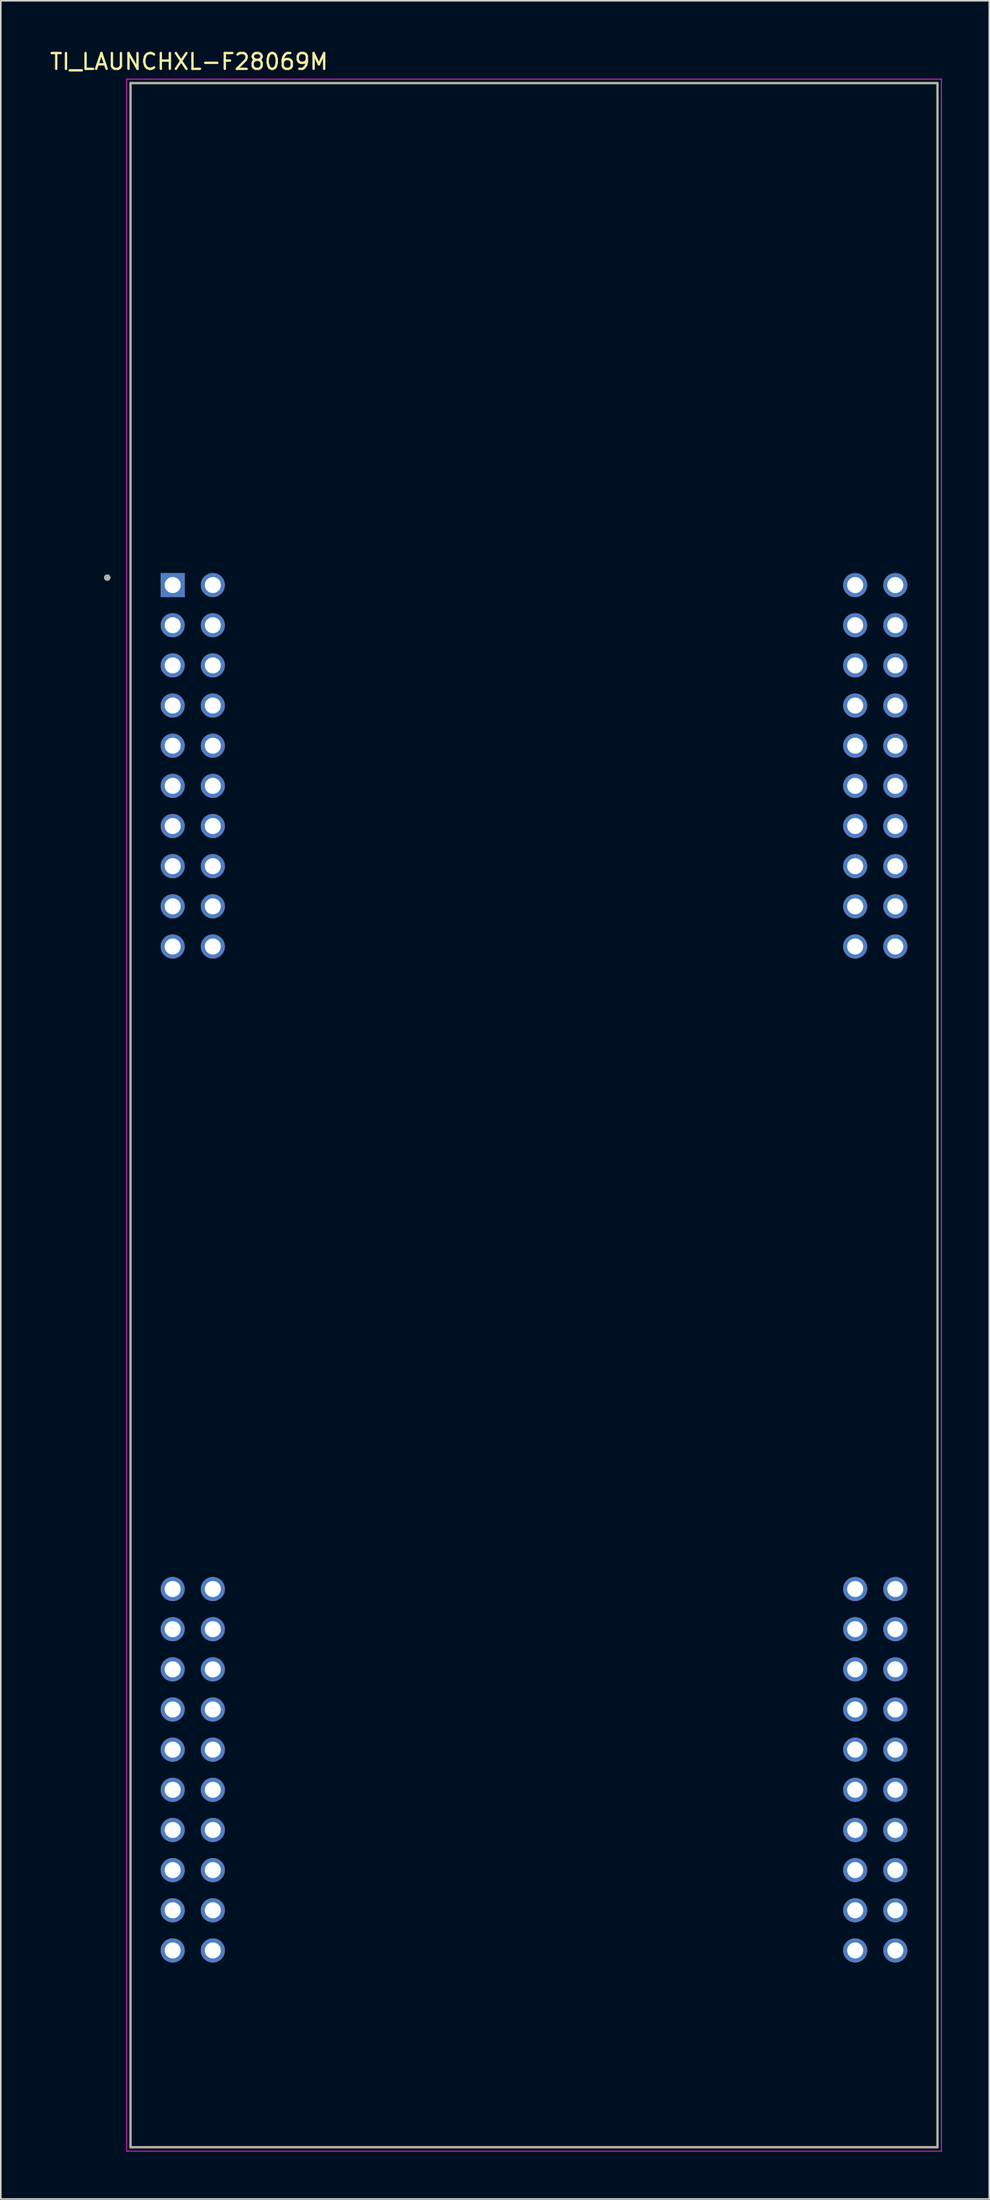
<source format=kicad_pcb>
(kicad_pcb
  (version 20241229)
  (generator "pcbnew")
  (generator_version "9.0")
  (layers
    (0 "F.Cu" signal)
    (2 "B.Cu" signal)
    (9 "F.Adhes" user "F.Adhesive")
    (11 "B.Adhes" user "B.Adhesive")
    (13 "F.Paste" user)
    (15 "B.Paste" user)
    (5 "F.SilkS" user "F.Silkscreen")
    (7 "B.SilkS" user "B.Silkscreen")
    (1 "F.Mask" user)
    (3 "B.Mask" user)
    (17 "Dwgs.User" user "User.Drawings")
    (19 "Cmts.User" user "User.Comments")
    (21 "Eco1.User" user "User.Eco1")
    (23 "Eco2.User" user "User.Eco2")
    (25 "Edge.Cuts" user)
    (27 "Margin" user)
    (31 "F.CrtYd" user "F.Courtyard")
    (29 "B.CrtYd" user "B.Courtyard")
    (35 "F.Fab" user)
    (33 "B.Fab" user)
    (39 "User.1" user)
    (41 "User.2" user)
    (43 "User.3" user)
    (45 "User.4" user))
  (footprint "TI_LAUNCHXL-F28069M"
    (layer "F.Cu")
    (at 30.736 67.484)
    (property "Reference" "TI_LAUNCHXL-F28069M" (at -21.825 -66.635 0) (layer "F.SilkS") (effects (font (size 1 1) (thickness 0.15))))
    (attr through_hole)
    (fp_line (start -25.527 -65.278) (end 25.527 -65.278) (stroke (width 0.127) (type solid)) (layer "F.SilkS"))
    (fp_line (start -25.527 65.278) (end -25.527 -65.278) (stroke (width 0.127) (type solid)) (layer "F.SilkS"))
    (fp_line (start 25.527 -65.278) (end 25.527 65.278) (stroke (width 0.127) (type solid)) (layer "F.SilkS"))
    (fp_line (start 25.527 65.278) (end -25.527 65.278) (stroke (width 0.127) (type solid)) (layer "F.SilkS"))
    (fp_circle (center -27 -34.001) (end -26.9 -34.001) (stroke (width 0.2) (type solid)) (fill no) (layer "F.SilkS"))
    (fp_line (start -25.777 -65.528) (end -25.777 65.528) (stroke (width 0.05) (type solid)) (layer "F.CrtYd"))
    (fp_line (start -25.777 65.528) (end 25.777 65.528) (stroke (width 0.05) (type solid)) (layer "F.CrtYd"))
    (fp_line (start 25.777 -65.528) (end -25.777 -65.528) (stroke (width 0.05) (type solid)) (layer "F.CrtYd"))
    (fp_line (start 25.777 65.528) (end 25.777 -65.528) (stroke (width 0.05) (type solid)) (layer "F.CrtYd"))
    (fp_line (start -25.527 -65.278) (end 25.527 -65.278) (stroke (width 0.127) (type solid)) (layer "F.Fab"))
    (fp_line (start -25.527 65.278) (end -25.527 -65.278) (stroke (width 0.127) (type solid)) (layer "F.Fab"))
    (fp_line (start 25.527 -65.278) (end 25.527 65.278) (stroke (width 0.127) (type solid)) (layer "F.Fab"))
    (fp_line (start 25.527 65.278) (end -25.527 65.278) (stroke (width 0.127) (type solid)) (layer "F.Fab"))
    (fp_circle (center -27 -34.001) (end -26.9 -34.001) (stroke (width 0.2) (type solid)) (fill no) (layer "F.Fab"))
    (pad "1" thru_hole rect (at -22.86 -33.528) (size 1.524 1.524) (drill 1.016) (layers "*.Cu" "*.Mask"))
    (pad "2" thru_hole circle (at -22.86 -30.988) (size 1.524 1.524) (drill 1.016) (layers "*.Cu" "*.Mask"))
    (pad "3" thru_hole circle (at -22.86 -28.448) (size 1.524 1.524) (drill 1.016) (layers "*.Cu" "*.Mask"))
    (pad "4" thru_hole circle (at -22.86 -25.908) (size 1.524 1.524) (drill 1.016) (layers "*.Cu" "*.Mask"))
    (pad "5" thru_hole circle (at -22.86 -23.368) (size 1.524 1.524) (drill 1.016) (layers "*.Cu" "*.Mask"))
    (pad "6" thru_hole circle (at -22.86 -20.828) (size 1.524 1.524) (drill 1.016) (layers "*.Cu" "*.Mask"))
    (pad "7" thru_hole circle (at -22.86 -18.288) (size 1.524 1.524) (drill 1.016) (layers "*.Cu" "*.Mask"))
    (pad "8" thru_hole circle (at -22.86 -15.748) (size 1.524 1.524) (drill 1.016) (layers "*.Cu" "*.Mask"))
    (pad "9" thru_hole circle (at -22.86 -13.208) (size 1.524 1.524) (drill 1.016) (layers "*.Cu" "*.Mask"))
    (pad "10" thru_hole circle (at -22.86 -10.668) (size 1.524 1.524) (drill 1.016) (layers "*.Cu" "*.Mask"))
    (pad "11" thru_hole circle (at 22.86 -10.668) (size 1.524 1.524) (drill 1.016) (layers "*.Cu" "*.Mask"))
    (pad "12" thru_hole circle (at 22.86 -13.208) (size 1.524 1.524) (drill 1.016) (layers "*.Cu" "*.Mask"))
    (pad "13" thru_hole circle (at 22.86 -15.748) (size 1.524 1.524) (drill 1.016) (layers "*.Cu" "*.Mask"))
    (pad "14" thru_hole circle (at 22.86 -18.288) (size 1.524 1.524) (drill 1.016) (layers "*.Cu" "*.Mask"))
    (pad "15" thru_hole circle (at 22.86 -20.828) (size 1.524 1.524) (drill 1.016) (layers "*.Cu" "*.Mask"))
    (pad "16" thru_hole circle (at 22.86 -23.368) (size 1.524 1.524) (drill 1.016) (layers "*.Cu" "*.Mask"))
    (pad "17" thru_hole circle (at 22.86 -25.908) (size 1.524 1.524) (drill 1.016) (layers "*.Cu" "*.Mask"))
    (pad "18" thru_hole circle (at 22.86 -28.448) (size 1.524 1.524) (drill 1.016) (layers "*.Cu" "*.Mask"))
    (pad "19" thru_hole circle (at 22.86 -30.988) (size 1.524 1.524) (drill 1.016) (layers "*.Cu" "*.Mask"))
    (pad "20" thru_hole circle (at 22.86 -33.528) (size 1.524 1.524) (drill 1.016) (layers "*.Cu" "*.Mask"))
    (pad "21" thru_hole circle (at -20.32 -33.528) (size 1.524 1.524) (drill 1.016) (layers "*.Cu" "*.Mask"))
    (pad "22" thru_hole circle (at -20.32 -30.988) (size 1.524 1.524) (drill 1.016) (layers "*.Cu" "*.Mask"))
    (pad "23" thru_hole circle (at -20.32 -28.448) (size 1.524 1.524) (drill 1.016) (layers "*.Cu" "*.Mask"))
    (pad "24" thru_hole circle (at -20.32 -25.908) (size 1.524 1.524) (drill 1.016) (layers "*.Cu" "*.Mask"))
    (pad "25" thru_hole circle (at -20.32 -23.368) (size 1.524 1.524) (drill 1.016) (layers "*.Cu" "*.Mask"))
    (pad "26" thru_hole circle (at -20.32 -20.828) (size 1.524 1.524) (drill 1.016) (layers "*.Cu" "*.Mask"))
    (pad "27" thru_hole circle (at -20.32 -18.288) (size 1.524 1.524) (drill 1.016) (layers "*.Cu" "*.Mask"))
    (pad "28" thru_hole circle (at -20.32 -15.748) (size 1.524 1.524) (drill 1.016) (layers "*.Cu" "*.Mask"))
    (pad "29" thru_hole circle (at -20.32 -13.208) (size 1.524 1.524) (drill 1.016) (layers "*.Cu" "*.Mask"))
    (pad "30" thru_hole circle (at -20.32 -10.668) (size 1.524 1.524) (drill 1.016) (layers "*.Cu" "*.Mask"))
    (pad "31" thru_hole circle (at 20.32 -10.668) (size 1.524 1.524) (drill 1.016) (layers "*.Cu" "*.Mask"))
    (pad "32" thru_hole circle (at 20.32 -13.208) (size 1.524 1.524) (drill 1.016) (layers "*.Cu" "*.Mask"))
    (pad "33" thru_hole circle (at 20.32 -15.748) (size 1.524 1.524) (drill 1.016) (layers "*.Cu" "*.Mask"))
    (pad "34" thru_hole circle (at 20.32 -18.288) (size 1.524 1.524) (drill 1.016) (layers "*.Cu" "*.Mask"))
    (pad "35" thru_hole circle (at 20.32 -20.828) (size 1.524 1.524) (drill 1.016) (layers "*.Cu" "*.Mask"))
    (pad "36" thru_hole circle (at 20.32 -23.368) (size 1.524 1.524) (drill 1.016) (layers "*.Cu" "*.Mask"))
    (pad "37" thru_hole circle (at 20.32 -25.908) (size 1.524 1.524) (drill 1.016) (layers "*.Cu" "*.Mask"))
    (pad "38" thru_hole circle (at 20.32 -28.448) (size 1.524 1.524) (drill 1.016) (layers "*.Cu" "*.Mask"))
    (pad "39" thru_hole circle (at 20.32 -30.988) (size 1.524 1.524) (drill 1.016) (layers "*.Cu" "*.Mask"))
    (pad "40" thru_hole circle (at 20.32 -33.528) (size 1.524 1.524) (drill 1.016) (layers "*.Cu" "*.Mask"))
    (pad "41" thru_hole circle (at -22.86 29.972) (size 1.524 1.524) (drill 1.016) (layers "*.Cu" "*.Mask"))
    (pad "42" thru_hole circle (at -22.86 32.512) (size 1.524 1.524) (drill 1.016) (layers "*.Cu" "*.Mask"))
    (pad "43" thru_hole circle (at -22.86 35.052) (size 1.524 1.524) (drill 1.016) (layers "*.Cu" "*.Mask"))
    (pad "44" thru_hole circle (at -22.86 37.592) (size 1.524 1.524) (drill 1.016) (layers "*.Cu" "*.Mask"))
    (pad "45" thru_hole circle (at -22.86 40.132) (size 1.524 1.524) (drill 1.016) (layers "*.Cu" "*.Mask"))
    (pad "46" thru_hole circle (at -22.86 42.672) (size 1.524 1.524) (drill 1.016) (layers "*.Cu" "*.Mask"))
    (pad "47" thru_hole circle (at -22.86 45.212) (size 1.524 1.524) (drill 1.016) (layers "*.Cu" "*.Mask"))
    (pad "48" thru_hole circle (at -22.86 47.752) (size 1.524 1.524) (drill 1.016) (layers "*.Cu" "*.Mask"))
    (pad "49" thru_hole circle (at -22.86 50.292) (size 1.524 1.524) (drill 1.016) (layers "*.Cu" "*.Mask"))
    (pad "50" thru_hole circle (at -22.86 52.832) (size 1.524 1.524) (drill 1.016) (layers "*.Cu" "*.Mask"))
    (pad "51" thru_hole circle (at 22.86 52.832) (size 1.524 1.524) (drill 1.016) (layers "*.Cu" "*.Mask"))
    (pad "52" thru_hole circle (at 22.86 50.292) (size 1.524 1.524) (drill 1.016) (layers "*.Cu" "*.Mask"))
    (pad "53" thru_hole circle (at 22.86 47.752) (size 1.524 1.524) (drill 1.016) (layers "*.Cu" "*.Mask"))
    (pad "54" thru_hole circle (at 22.86 45.212) (size 1.524 1.524) (drill 1.016) (layers "*.Cu" "*.Mask"))
    (pad "55" thru_hole circle (at 22.86 42.672) (size 1.524 1.524) (drill 1.016) (layers "*.Cu" "*.Mask"))
    (pad "56" thru_hole circle (at 22.86 40.132) (size 1.524 1.524) (drill 1.016) (layers "*.Cu" "*.Mask"))
    (pad "57" thru_hole circle (at 22.86 37.592) (size 1.524 1.524) (drill 1.016) (layers "*.Cu" "*.Mask"))
    (pad "58" thru_hole circle (at 22.86 35.052) (size 1.524 1.524) (drill 1.016) (layers "*.Cu" "*.Mask"))
    (pad "59" thru_hole circle (at 22.86 32.512) (size 1.524 1.524) (drill 1.016) (layers "*.Cu" "*.Mask"))
    (pad "60" thru_hole circle (at 22.86 29.972) (size 1.524 1.524) (drill 1.016) (layers "*.Cu" "*.Mask"))
    (pad "61" thru_hole circle (at -20.32 29.972) (size 1.524 1.524) (drill 1.016) (layers "*.Cu" "*.Mask"))
    (pad "62" thru_hole circle (at -20.32 32.512) (size 1.524 1.524) (drill 1.016) (layers "*.Cu" "*.Mask"))
    (pad "63" thru_hole circle (at -20.32 35.052) (size 1.524 1.524) (drill 1.016) (layers "*.Cu" "*.Mask"))
    (pad "64" thru_hole circle (at -20.32 37.592) (size 1.524 1.524) (drill 1.016) (layers "*.Cu" "*.Mask"))
    (pad "65" thru_hole circle (at -20.32 40.132) (size 1.524 1.524) (drill 1.016) (layers "*.Cu" "*.Mask"))
    (pad "66" thru_hole circle (at -20.32 42.672) (size 1.524 1.524) (drill 1.016) (layers "*.Cu" "*.Mask"))
    (pad "67" thru_hole circle (at -20.32 45.212) (size 1.524 1.524) (drill 1.016) (layers "*.Cu" "*.Mask"))
    (pad "68" thru_hole circle (at -20.32 47.752) (size 1.524 1.524) (drill 1.016) (layers "*.Cu" "*.Mask"))
    (pad "69" thru_hole circle (at -20.32 50.292) (size 1.524 1.524) (drill 1.016) (layers "*.Cu" "*.Mask"))
    (pad "70" thru_hole circle (at -20.32 52.832) (size 1.524 1.524) (drill 1.016) (layers "*.Cu" "*.Mask"))
    (pad "71" thru_hole circle (at 20.32 52.832) (size 1.524 1.524) (drill 1.016) (layers "*.Cu" "*.Mask"))
    (pad "72" thru_hole circle (at 20.32 50.292) (size 1.524 1.524) (drill 1.016) (layers "*.Cu" "*.Mask"))
    (pad "73" thru_hole circle (at 20.32 47.752) (size 1.524 1.524) (drill 1.016) (layers "*.Cu" "*.Mask"))
    (pad "74" thru_hole circle (at 20.32 45.212) (size 1.524 1.524) (drill 1.016) (layers "*.Cu" "*.Mask"))
    (pad "75" thru_hole circle (at 20.32 42.672) (size 1.524 1.524) (drill 1.016) (layers "*.Cu" "*.Mask"))
    (pad "76" thru_hole circle (at 20.32 40.132) (size 1.524 1.524) (drill 1.016) (layers "*.Cu" "*.Mask"))
    (pad "77" thru_hole circle (at 20.32 37.592) (size 1.524 1.524) (drill 1.016) (layers "*.Cu" "*.Mask"))
    (pad "78" thru_hole circle (at 20.32 35.052) (size 1.524 1.524) (drill 1.016) (layers "*.Cu" "*.Mask"))
    (pad "79" thru_hole circle (at 20.32 32.512) (size 1.524 1.524) (drill 1.016) (layers "*.Cu" "*.Mask"))
    (pad "80" thru_hole circle (at 20.32 29.972) (size 1.524 1.524) (drill 1.016) (layers "*.Cu" "*.Mask")))
  (gr_rect
    (start -3 -3)
    (end 59.538 136.037)
    (stroke (width 0.1) (type default))
    (fill no)
    (layer "Edge.Cuts")))
</source>
